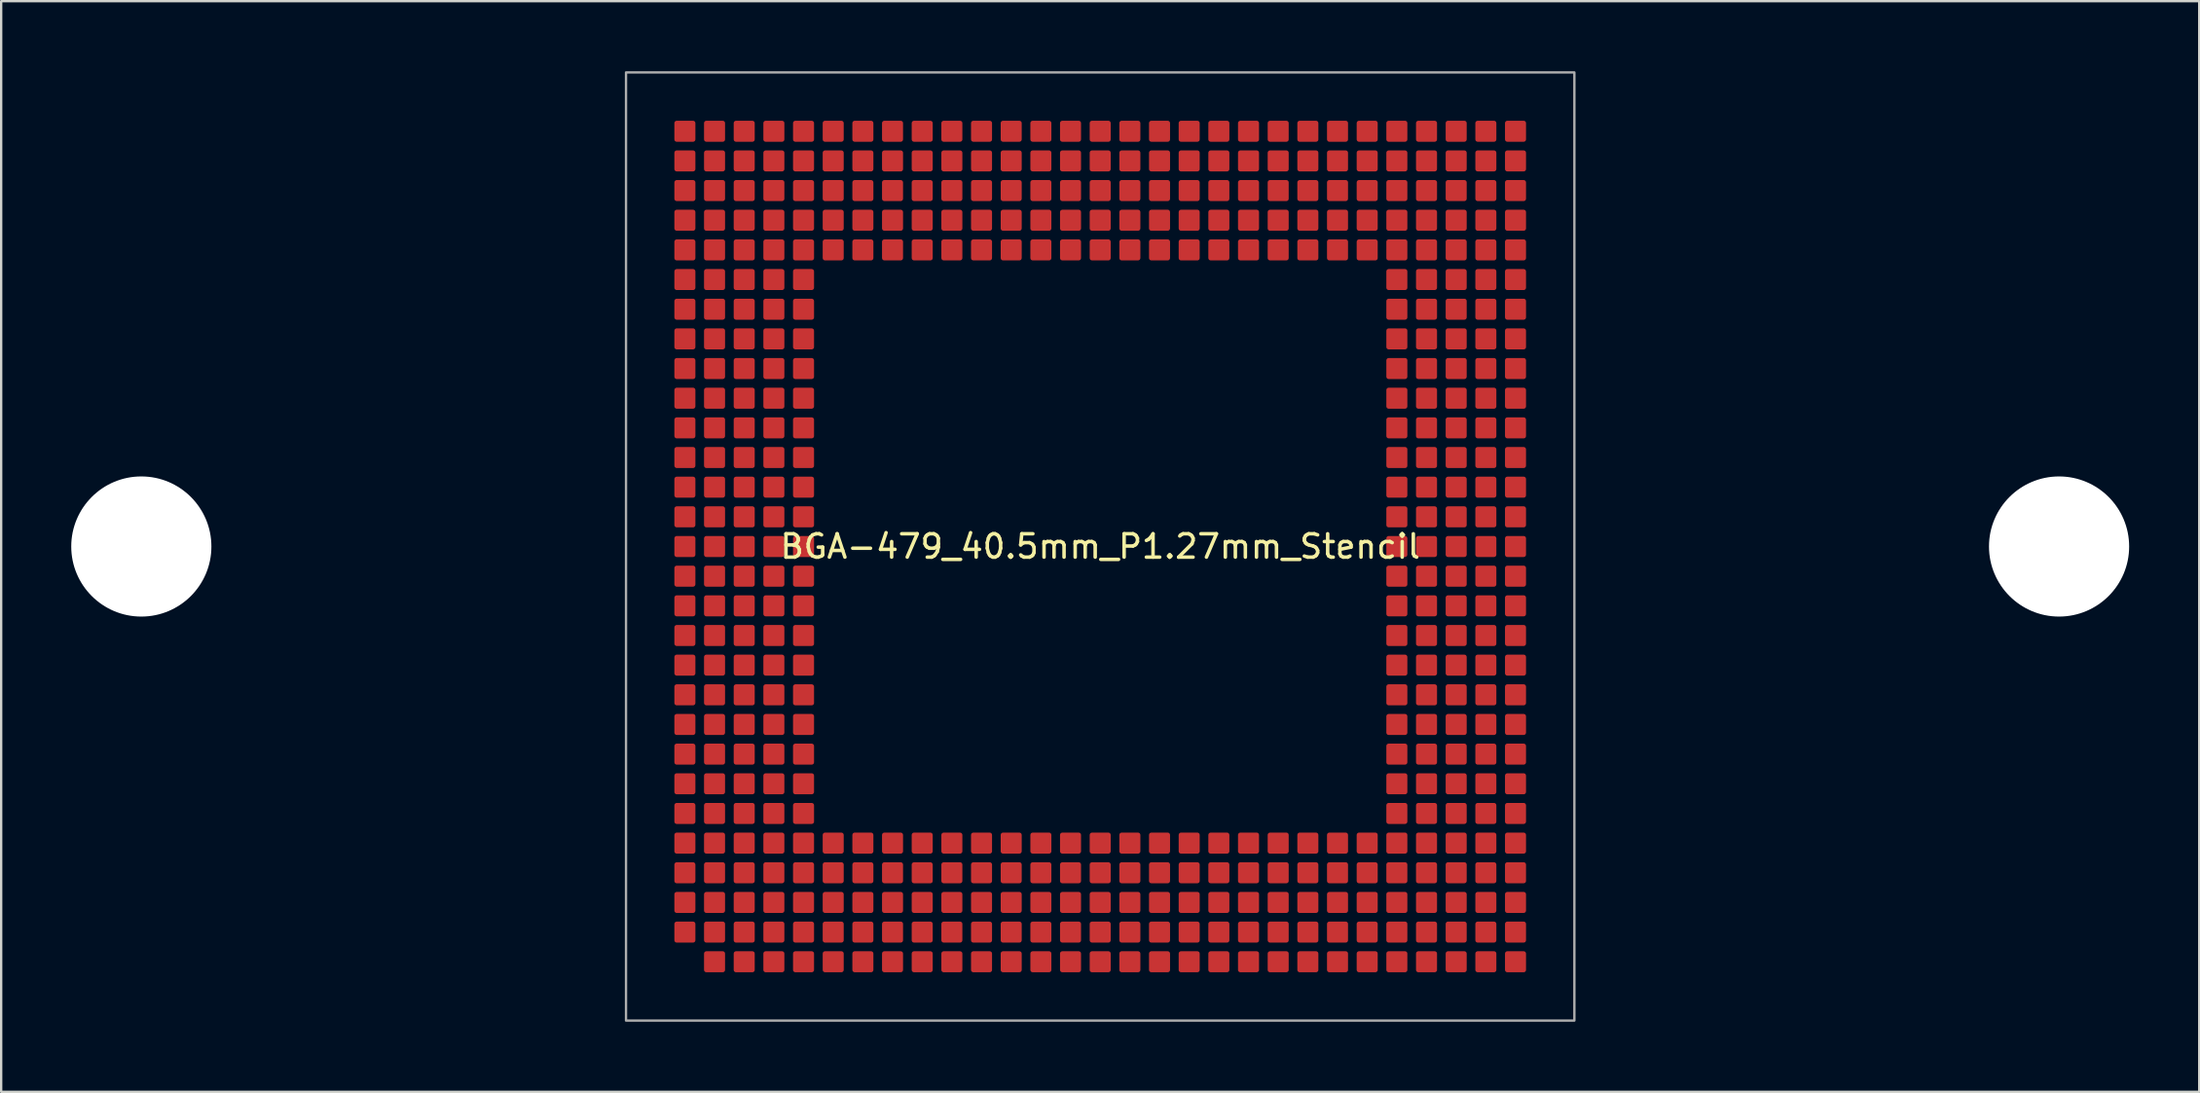
<source format=kicad_pcb>
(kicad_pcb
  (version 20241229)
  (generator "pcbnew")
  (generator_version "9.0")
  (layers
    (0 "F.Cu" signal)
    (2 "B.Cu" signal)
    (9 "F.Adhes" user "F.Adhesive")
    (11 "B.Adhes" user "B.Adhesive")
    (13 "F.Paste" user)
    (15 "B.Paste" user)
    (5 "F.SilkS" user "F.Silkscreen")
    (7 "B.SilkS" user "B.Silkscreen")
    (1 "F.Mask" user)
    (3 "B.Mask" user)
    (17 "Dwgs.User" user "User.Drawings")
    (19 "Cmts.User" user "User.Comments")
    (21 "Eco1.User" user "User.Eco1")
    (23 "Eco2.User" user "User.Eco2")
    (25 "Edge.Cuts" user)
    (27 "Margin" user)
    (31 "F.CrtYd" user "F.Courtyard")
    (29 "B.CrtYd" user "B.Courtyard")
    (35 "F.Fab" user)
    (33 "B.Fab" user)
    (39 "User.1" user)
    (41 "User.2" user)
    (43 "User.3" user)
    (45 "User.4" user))
  (footprint "BGA-479_40.5mm_P1.27mm_Stencil"
    (layer "F.Cu")
    (at 44.05 20.35)
    (property "Reference" "BGA-479_40.5mm_P1.27mm_Stencil" (at 0 0 0) (unlocked yes) (layer "F.SilkS") (effects (font (size 1 1) (thickness 0.15))))
    (attr smd)
    (fp_rect (start -20.3 -20.3) (end 20.3 20.3) (stroke (width 0.1) (type default)) (fill no) (layer "F.Fab"))
    (pad "" np_thru_hole circle (at -41.05 0) (size 6 6) (drill 6) (layers "*.Cu" "F.Mask" "F.Paste"))
    (pad "" np_thru_hole circle (at 41.05 0) (size 6 6) (drill 6) (layers "*.Cu" "F.Mask" "F.Paste"))
    (pad "A2" smd roundrect (at -16.51 17.78) (size 0.9 0.9) (layers "F.Cu" "F.Mask" "F.Paste") (roundrect_rratio 0.111))
    (pad "A3" smd roundrect (at -15.24 17.78) (size 0.9 0.9) (layers "F.Cu" "F.Mask" "F.Paste") (roundrect_rratio 0.111))
    (pad "A4" smd roundrect (at -13.97 17.78) (size 0.9 0.9) (layers "F.Cu" "F.Mask" "F.Paste") (roundrect_rratio 0.111))
    (pad "A5" smd roundrect (at -12.7 17.78) (size 0.9 0.9) (layers "F.Cu" "F.Mask" "F.Paste") (roundrect_rratio 0.111))
    (pad "A6" smd roundrect (at -11.43 17.78) (size 0.9 0.9) (layers "F.Cu" "F.Mask" "F.Paste") (roundrect_rratio 0.111))
    (pad "A7" smd roundrect (at -10.16 17.78) (size 0.9 0.9) (layers "F.Cu" "F.Mask" "F.Paste") (roundrect_rratio 0.111))
    (pad "A8" smd roundrect (at -8.89 17.78) (size 0.9 0.9) (layers "F.Cu" "F.Mask" "F.Paste") (roundrect_rratio 0.111))
    (pad "A9" smd roundrect (at -7.62 17.78) (size 0.9 0.9) (layers "F.Cu" "F.Mask" "F.Paste") (roundrect_rratio 0.111))
    (pad "A10" smd roundrect (at -6.35 17.78) (size 0.9 0.9) (layers "F.Cu" "F.Mask" "F.Paste") (roundrect_rratio 0.111))
    (pad "A11" smd roundrect (at -5.08 17.78) (size 0.9 0.9) (layers "F.Cu" "F.Mask" "F.Paste") (roundrect_rratio 0.111))
    (pad "A12" smd roundrect (at -3.81 17.78) (size 0.9 0.9) (layers "F.Cu" "F.Mask" "F.Paste") (roundrect_rratio 0.111))
    (pad "A13" smd roundrect (at -2.54 17.78) (size 0.9 0.9) (layers "F.Cu" "F.Mask" "F.Paste") (roundrect_rratio 0.111))
    (pad "A14" smd roundrect (at -1.27 17.78) (size 0.9 0.9) (layers "F.Cu" "F.Mask" "F.Paste") (roundrect_rratio 0.111))
    (pad "A15" smd roundrect (at 0 17.78) (size 0.9 0.9) (layers "F.Cu" "F.Mask" "F.Paste") (roundrect_rratio 0.111))
    (pad "A16" smd roundrect (at 1.27 17.78) (size 0.9 0.9) (layers "F.Cu" "F.Mask" "F.Paste") (roundrect_rratio 0.111))
    (pad "A17" smd roundrect (at 2.54 17.78) (size 0.9 0.9) (layers "F.Cu" "F.Mask" "F.Paste") (roundrect_rratio 0.111))
    (pad "A18" smd roundrect (at 3.81 17.78) (size 0.9 0.9) (layers "F.Cu" "F.Mask" "F.Paste") (roundrect_rratio 0.111))
    (pad "A19" smd roundrect (at 5.08 17.78) (size 0.9 0.9) (layers "F.Cu" "F.Mask" "F.Paste") (roundrect_rratio 0.111))
    (pad "A20" smd roundrect (at 6.35 17.78) (size 0.9 0.9) (layers "F.Cu" "F.Mask" "F.Paste") (roundrect_rratio 0.111))
    (pad "A21" smd roundrect (at 7.62 17.78) (size 0.9 0.9) (layers "F.Cu" "F.Mask" "F.Paste") (roundrect_rratio 0.111))
    (pad "A22" smd roundrect (at 8.89 17.78) (size 0.9 0.9) (layers "F.Cu" "F.Mask" "F.Paste") (roundrect_rratio 0.111))
    (pad "A23" smd roundrect (at 10.16 17.78) (size 0.9 0.9) (layers "F.Cu" "F.Mask" "F.Paste") (roundrect_rratio 0.111))
    (pad "A24" smd roundrect (at 11.43 17.78) (size 0.9 0.9) (layers "F.Cu" "F.Mask" "F.Paste") (roundrect_rratio 0.111))
    (pad "A25" smd roundrect (at 12.7 17.78) (size 0.9 0.9) (layers "F.Cu" "F.Mask" "F.Paste") (roundrect_rratio 0.111))
    (pad "A26" smd roundrect (at 13.97 17.78) (size 0.9 0.9) (layers "F.Cu" "F.Mask" "F.Paste") (roundrect_rratio 0.111))
    (pad "A27" smd roundrect (at 15.24 17.78) (size 0.9 0.9) (layers "F.Cu" "F.Mask" "F.Paste") (roundrect_rratio 0.111))
    (pad "A28" smd roundrect (at 16.51 17.78) (size 0.9 0.9) (layers "F.Cu" "F.Mask" "F.Paste") (roundrect_rratio 0.111))
    (pad "A29" smd roundrect (at 17.78 17.78) (size 0.9 0.9) (layers "F.Cu" "F.Mask" "F.Paste") (roundrect_rratio 0.111))
    (pad "AA1" smd roundrect (at -17.78 -15.24) (size 0.9 0.9) (layers "F.Cu" "F.Mask" "F.Paste") (roundrect_rratio 0.111))
    (pad "AA2" smd roundrect (at -16.51 -15.24) (size 0.9 0.9) (layers "F.Cu" "F.Mask" "F.Paste") (roundrect_rratio 0.111))
    (pad "AA3" smd roundrect (at -15.24 -15.24) (size 0.9 0.9) (layers "F.Cu" "F.Mask" "F.Paste") (roundrect_rratio 0.111))
    (pad "AA4" smd roundrect (at -13.97 -15.24) (size 0.9 0.9) (layers "F.Cu" "F.Mask" "F.Paste") (roundrect_rratio 0.111))
    (pad "AA5" smd roundrect (at -12.7 -15.24) (size 0.9 0.9) (layers "F.Cu" "F.Mask" "F.Paste") (roundrect_rratio 0.111))
    (pad "AA6" smd roundrect (at -11.43 -15.24) (size 0.9 0.9) (layers "F.Cu" "F.Mask" "F.Paste") (roundrect_rratio 0.111))
    (pad "AA7" smd roundrect (at -10.16 -15.24) (size 0.9 0.9) (layers "F.Cu" "F.Mask" "F.Paste") (roundrect_rratio 0.111))
    (pad "AA8" smd roundrect (at -8.89 -15.24) (size 0.9 0.9) (layers "F.Cu" "F.Mask" "F.Paste") (roundrect_rratio 0.111))
    (pad "AA9" smd roundrect (at -7.62 -15.24) (size 0.9 0.9) (layers "F.Cu" "F.Mask" "F.Paste") (roundrect_rratio 0.111))
    (pad "AA10" smd roundrect (at -6.35 -15.24) (size 0.9 0.9) (layers "F.Cu" "F.Mask" "F.Paste") (roundrect_rratio 0.111))
    (pad "AA11" smd roundrect (at -5.08 -15.24) (size 0.9 0.9) (layers "F.Cu" "F.Mask" "F.Paste") (roundrect_rratio 0.111))
    (pad "AA12" smd roundrect (at -3.81 -15.24) (size 0.9 0.9) (layers "F.Cu" "F.Mask" "F.Paste") (roundrect_rratio 0.111))
    (pad "AA13" smd roundrect (at -2.54 -15.24) (size 0.9 0.9) (layers "F.Cu" "F.Mask" "F.Paste") (roundrect_rratio 0.111))
    (pad "AA14" smd roundrect (at -1.27 -15.24) (size 0.9 0.9) (layers "F.Cu" "F.Mask" "F.Paste") (roundrect_rratio 0.111))
    (pad "AA15" smd roundrect (at 0 -15.24) (size 0.9 0.9) (layers "F.Cu" "F.Mask" "F.Paste") (roundrect_rratio 0.111))
    (pad "AA16" smd roundrect (at 1.27 -15.24) (size 0.9 0.9) (layers "F.Cu" "F.Mask" "F.Paste") (roundrect_rratio 0.111))
    (pad "AA17" smd roundrect (at 2.54 -15.24) (size 0.9 0.9) (layers "F.Cu" "F.Mask" "F.Paste") (roundrect_rratio 0.111))
    (pad "AA18" smd roundrect (at 3.81 -15.24) (size 0.9 0.9) (layers "F.Cu" "F.Mask" "F.Paste") (roundrect_rratio 0.111))
    (pad "AA19" smd roundrect (at 5.08 -15.24) (size 0.9 0.9) (layers "F.Cu" "F.Mask" "F.Paste") (roundrect_rratio 0.111))
    (pad "AA20" smd roundrect (at 6.35 -15.24) (size 0.9 0.9) (layers "F.Cu" "F.Mask" "F.Paste") (roundrect_rratio 0.111))
    (pad "AA21" smd roundrect (at 7.62 -15.24) (size 0.9 0.9) (layers "F.Cu" "F.Mask" "F.Paste") (roundrect_rratio 0.111))
    (pad "AA22" smd roundrect (at 8.89 -15.24) (size 0.9 0.9) (layers "F.Cu" "F.Mask" "F.Paste") (roundrect_rratio 0.111))
    (pad "AA23" smd roundrect (at 10.16 -15.24) (size 0.9 0.9) (layers "F.Cu" "F.Mask" "F.Paste") (roundrect_rratio 0.111))
    (pad "AA24" smd roundrect (at 11.43 -15.24) (size 0.9 0.9) (layers "F.Cu" "F.Mask" "F.Paste") (roundrect_rratio 0.111))
    (pad "AA25" smd roundrect (at 12.7 -15.24) (size 0.9 0.9) (layers "F.Cu" "F.Mask" "F.Paste") (roundrect_rratio 0.111))
    (pad "AA26" smd roundrect (at 13.97 -15.24) (size 0.9 0.9) (layers "F.Cu" "F.Mask" "F.Paste") (roundrect_rratio 0.111))
    (pad "AA27" smd roundrect (at 15.24 -15.24) (size 0.9 0.9) (layers "F.Cu" "F.Mask" "F.Paste") (roundrect_rratio 0.111))
    (pad "AA28" smd roundrect (at 16.51 -15.24) (size 0.9 0.9) (layers "F.Cu" "F.Mask" "F.Paste") (roundrect_rratio 0.111))
    (pad "AA29" smd roundrect (at 17.78 -15.24) (size 0.9 0.9) (layers "F.Cu" "F.Mask" "F.Paste") (roundrect_rratio 0.111))
    (pad "AB1" smd roundrect (at -17.78 -16.51) (size 0.9 0.9) (layers "F.Cu" "F.Mask" "F.Paste") (roundrect_rratio 0.111))
    (pad "AB2" smd roundrect (at -16.51 -16.51) (size 0.9 0.9) (layers "F.Cu" "F.Mask" "F.Paste") (roundrect_rratio 0.111))
    (pad "AB3" smd roundrect (at -15.24 -16.51) (size 0.9 0.9) (layers "F.Cu" "F.Mask" "F.Paste") (roundrect_rratio 0.111))
    (pad "AB4" smd roundrect (at -13.97 -16.51) (size 0.9 0.9) (layers "F.Cu" "F.Mask" "F.Paste") (roundrect_rratio 0.111))
    (pad "AB5" smd roundrect (at -12.7 -16.51) (size 0.9 0.9) (layers "F.Cu" "F.Mask" "F.Paste") (roundrect_rratio 0.111))
    (pad "AB6" smd roundrect (at -11.43 -16.51) (size 0.9 0.9) (layers "F.Cu" "F.Mask" "F.Paste") (roundrect_rratio 0.111))
    (pad "AB7" smd roundrect (at -10.16 -16.51) (size 0.9 0.9) (layers "F.Cu" "F.Mask" "F.Paste") (roundrect_rratio 0.111))
    (pad "AB8" smd roundrect (at -8.89 -16.51) (size 0.9 0.9) (layers "F.Cu" "F.Mask" "F.Paste") (roundrect_rratio 0.111))
    (pad "AB9" smd roundrect (at -7.62 -16.51) (size 0.9 0.9) (layers "F.Cu" "F.Mask" "F.Paste") (roundrect_rratio 0.111))
    (pad "AB10" smd roundrect (at -6.35 -16.51) (size 0.9 0.9) (layers "F.Cu" "F.Mask" "F.Paste") (roundrect_rratio 0.111))
    (pad "AB11" smd roundrect (at -5.08 -16.51) (size 0.9 0.9) (layers "F.Cu" "F.Mask" "F.Paste") (roundrect_rratio 0.111))
    (pad "AB12" smd roundrect (at -3.81 -16.51) (size 0.9 0.9) (layers "F.Cu" "F.Mask" "F.Paste") (roundrect_rratio 0.111))
    (pad "AB13" smd roundrect (at -2.54 -16.51) (size 0.9 0.9) (layers "F.Cu" "F.Mask" "F.Paste") (roundrect_rratio 0.111))
    (pad "AB14" smd roundrect (at -1.27 -16.51) (size 0.9 0.9) (layers "F.Cu" "F.Mask" "F.Paste") (roundrect_rratio 0.111))
    (pad "AB15" smd roundrect (at 0 -16.51) (size 0.9 0.9) (layers "F.Cu" "F.Mask" "F.Paste") (roundrect_rratio 0.111))
    (pad "AB16" smd roundrect (at 1.27 -16.51) (size 0.9 0.9) (layers "F.Cu" "F.Mask" "F.Paste") (roundrect_rratio 0.111))
    (pad "AB17" smd roundrect (at 2.54 -16.51) (size 0.9 0.9) (layers "F.Cu" "F.Mask" "F.Paste") (roundrect_rratio 0.111))
    (pad "AB18" smd roundrect (at 3.81 -16.51) (size 0.9 0.9) (layers "F.Cu" "F.Mask" "F.Paste") (roundrect_rratio 0.111))
    (pad "AB19" smd roundrect (at 5.08 -16.51) (size 0.9 0.9) (layers "F.Cu" "F.Mask" "F.Paste") (roundrect_rratio 0.111))
    (pad "AB20" smd roundrect (at 6.35 -16.51) (size 0.9 0.9) (layers "F.Cu" "F.Mask" "F.Paste") (roundrect_rratio 0.111))
    (pad "AB21" smd roundrect (at 7.62 -16.51) (size 0.9 0.9) (layers "F.Cu" "F.Mask" "F.Paste") (roundrect_rratio 0.111))
    (pad "AB22" smd roundrect (at 8.89 -16.51) (size 0.9 0.9) (layers "F.Cu" "F.Mask" "F.Paste") (roundrect_rratio 0.111))
    (pad "AB23" smd roundrect (at 10.16 -16.51) (size 0.9 0.9) (layers "F.Cu" "F.Mask" "F.Paste") (roundrect_rratio 0.111))
    (pad "AB24" smd roundrect (at 11.43 -16.51) (size 0.9 0.9) (layers "F.Cu" "F.Mask" "F.Paste") (roundrect_rratio 0.111))
    (pad "AB25" smd roundrect (at 12.7 -16.51) (size 0.9 0.9) (layers "F.Cu" "F.Mask" "F.Paste") (roundrect_rratio 0.111))
    (pad "AB26" smd roundrect (at 13.97 -16.51) (size 0.9 0.9) (layers "F.Cu" "F.Mask" "F.Paste") (roundrect_rratio 0.111))
    (pad "AB27" smd roundrect (at 15.24 -16.51) (size 0.9 0.9) (layers "F.Cu" "F.Mask" "F.Paste") (roundrect_rratio 0.111))
    (pad "AB28" smd roundrect (at 16.51 -16.51) (size 0.9 0.9) (layers "F.Cu" "F.Mask" "F.Paste") (roundrect_rratio 0.111))
    (pad "AB29" smd roundrect (at 17.78 -16.51) (size 0.9 0.9) (layers "F.Cu" "F.Mask" "F.Paste") (roundrect_rratio 0.111))
    (pad "AC1" smd roundrect (at -17.78 -17.78) (size 0.9 0.9) (layers "F.Cu" "F.Mask" "F.Paste") (roundrect_rratio 0.111))
    (pad "AC2" smd roundrect (at -16.51 -17.78) (size 0.9 0.9) (layers "F.Cu" "F.Mask" "F.Paste") (roundrect_rratio 0.111))
    (pad "AC3" smd roundrect (at -15.24 -17.78) (size 0.9 0.9) (layers "F.Cu" "F.Mask" "F.Paste") (roundrect_rratio 0.111))
    (pad "AC4" smd roundrect (at -13.97 -17.78) (size 0.9 0.9) (layers "F.Cu" "F.Mask" "F.Paste") (roundrect_rratio 0.111))
    (pad "AC5" smd roundrect (at -12.7 -17.78) (size 0.9 0.9) (layers "F.Cu" "F.Mask" "F.Paste") (roundrect_rratio 0.111))
    (pad "AC6" smd roundrect (at -11.43 -17.78) (size 0.9 0.9) (layers "F.Cu" "F.Mask" "F.Paste") (roundrect_rratio 0.111))
    (pad "AC7" smd roundrect (at -10.16 -17.78) (size 0.9 0.9) (layers "F.Cu" "F.Mask" "F.Paste") (roundrect_rratio 0.111))
    (pad "AC8" smd roundrect (at -8.89 -17.78) (size 0.9 0.9) (layers "F.Cu" "F.Mask" "F.Paste") (roundrect_rratio 0.111))
    (pad "AC9" smd roundrect (at -7.62 -17.78) (size 0.9 0.9) (layers "F.Cu" "F.Mask" "F.Paste") (roundrect_rratio 0.111))
    (pad "AC10" smd roundrect (at -6.35 -17.78) (size 0.9 0.9) (layers "F.Cu" "F.Mask" "F.Paste") (roundrect_rratio 0.111))
    (pad "AC11" smd roundrect (at -5.08 -17.78) (size 0.9 0.9) (layers "F.Cu" "F.Mask" "F.Paste") (roundrect_rratio 0.111))
    (pad "AC12" smd roundrect (at -3.81 -17.78) (size 0.9 0.9) (layers "F.Cu" "F.Mask" "F.Paste") (roundrect_rratio 0.111))
    (pad "AC13" smd roundrect (at -2.54 -17.78) (size 0.9 0.9) (layers "F.Cu" "F.Mask" "F.Paste") (roundrect_rratio 0.111))
    (pad "AC14" smd roundrect (at -1.27 -17.78) (size 0.9 0.9) (layers "F.Cu" "F.Mask" "F.Paste") (roundrect_rratio 0.111))
    (pad "AC15" smd roundrect (at 0 -17.78) (size 0.9 0.9) (layers "F.Cu" "F.Mask" "F.Paste") (roundrect_rratio 0.111))
    (pad "AC16" smd roundrect (at 1.27 -17.78) (size 0.9 0.9) (layers "F.Cu" "F.Mask" "F.Paste") (roundrect_rratio 0.111))
    (pad "AC17" smd roundrect (at 2.54 -17.78) (size 0.9 0.9) (layers "F.Cu" "F.Mask" "F.Paste") (roundrect_rratio 0.111))
    (pad "AC18" smd roundrect (at 3.81 -17.78) (size 0.9 0.9) (layers "F.Cu" "F.Mask" "F.Paste") (roundrect_rratio 0.111))
    (pad "AC19" smd roundrect (at 5.08 -17.78) (size 0.9 0.9) (layers "F.Cu" "F.Mask" "F.Paste") (roundrect_rratio 0.111))
    (pad "AC20" smd roundrect (at 6.35 -17.78) (size 0.9 0.9) (layers "F.Cu" "F.Mask" "F.Paste") (roundrect_rratio 0.111))
    (pad "AC21" smd roundrect (at 7.62 -17.78) (size 0.9 0.9) (layers "F.Cu" "F.Mask" "F.Paste") (roundrect_rratio 0.111))
    (pad "AC22" smd roundrect (at 8.89 -17.78) (size 0.9 0.9) (layers "F.Cu" "F.Mask" "F.Paste") (roundrect_rratio 0.111))
    (pad "AC23" smd roundrect (at 10.16 -17.78) (size 0.9 0.9) (layers "F.Cu" "F.Mask" "F.Paste") (roundrect_rratio 0.111))
    (pad "AC24" smd roundrect (at 11.43 -17.78) (size 0.9 0.9) (layers "F.Cu" "F.Mask" "F.Paste") (roundrect_rratio 0.111))
    (pad "AC25" smd roundrect (at 12.7 -17.78) (size 0.9 0.9) (layers "F.Cu" "F.Mask" "F.Paste") (roundrect_rratio 0.111))
    (pad "AC26" smd roundrect (at 13.97 -17.78) (size 0.9 0.9) (layers "F.Cu" "F.Mask" "F.Paste") (roundrect_rratio 0.111))
    (pad "AC27" smd roundrect (at 15.24 -17.78) (size 0.9 0.9) (layers "F.Cu" "F.Mask" "F.Paste") (roundrect_rratio 0.111))
    (pad "AC28" smd roundrect (at 16.51 -17.78) (size 0.9 0.9) (layers "F.Cu" "F.Mask" "F.Paste") (roundrect_rratio 0.111))
    (pad "AC29" smd roundrect (at 17.78 -17.78) (size 0.9 0.9) (layers "F.Cu" "F.Mask" "F.Paste") (roundrect_rratio 0.111))
    (pad "B1" smd roundrect (at -17.78 16.51) (size 0.9 0.9) (layers "F.Cu" "F.Mask" "F.Paste") (roundrect_rratio 0.111))
    (pad "B2" smd roundrect (at -16.51 16.51) (size 0.9 0.9) (layers "F.Cu" "F.Mask" "F.Paste") (roundrect_rratio 0.111))
    (pad "B3" smd roundrect (at -15.24 16.51) (size 0.9 0.9) (layers "F.Cu" "F.Mask" "F.Paste") (roundrect_rratio 0.111))
    (pad "B4" smd roundrect (at -13.97 16.51) (size 0.9 0.9) (layers "F.Cu" "F.Mask" "F.Paste") (roundrect_rratio 0.111))
    (pad "B5" smd roundrect (at -12.7 16.51) (size 0.9 0.9) (layers "F.Cu" "F.Mask" "F.Paste") (roundrect_rratio 0.111))
    (pad "B6" smd roundrect (at -11.43 16.51) (size 0.9 0.9) (layers "F.Cu" "F.Mask" "F.Paste") (roundrect_rratio 0.111))
    (pad "B7" smd roundrect (at -10.16 16.51) (size 0.9 0.9) (layers "F.Cu" "F.Mask" "F.Paste") (roundrect_rratio 0.111))
    (pad "B8" smd roundrect (at -8.89 16.51) (size 0.9 0.9) (layers "F.Cu" "F.Mask" "F.Paste") (roundrect_rratio 0.111))
    (pad "B9" smd roundrect (at -7.62 16.51) (size 0.9 0.9) (layers "F.Cu" "F.Mask" "F.Paste") (roundrect_rratio 0.111))
    (pad "B10" smd roundrect (at -6.35 16.51) (size 0.9 0.9) (layers "F.Cu" "F.Mask" "F.Paste") (roundrect_rratio 0.111))
    (pad "B11" smd roundrect (at -5.08 16.51) (size 0.9 0.9) (layers "F.Cu" "F.Mask" "F.Paste") (roundrect_rratio 0.111))
    (pad "B12" smd roundrect (at -3.81 16.51) (size 0.9 0.9) (layers "F.Cu" "F.Mask" "F.Paste") (roundrect_rratio 0.111))
    (pad "B13" smd roundrect (at -2.54 16.51) (size 0.9 0.9) (layers "F.Cu" "F.Mask" "F.Paste") (roundrect_rratio 0.111))
    (pad "B14" smd roundrect (at -1.27 16.51) (size 0.9 0.9) (layers "F.Cu" "F.Mask" "F.Paste") (roundrect_rratio 0.111))
    (pad "B15" smd roundrect (at 0 16.51) (size 0.9 0.9) (layers "F.Cu" "F.Mask" "F.Paste") (roundrect_rratio 0.111))
    (pad "B16" smd roundrect (at 1.27 16.51) (size 0.9 0.9) (layers "F.Cu" "F.Mask" "F.Paste") (roundrect_rratio 0.111))
    (pad "B17" smd roundrect (at 2.54 16.51) (size 0.9 0.9) (layers "F.Cu" "F.Mask" "F.Paste") (roundrect_rratio 0.111))
    (pad "B18" smd roundrect (at 3.81 16.51) (size 0.9 0.9) (layers "F.Cu" "F.Mask" "F.Paste") (roundrect_rratio 0.111))
    (pad "B19" smd roundrect (at 5.08 16.51) (size 0.9 0.9) (layers "F.Cu" "F.Mask" "F.Paste") (roundrect_rratio 0.111))
    (pad "B20" smd roundrect (at 6.35 16.51) (size 0.9 0.9) (layers "F.Cu" "F.Mask" "F.Paste") (roundrect_rratio 0.111))
    (pad "B21" smd roundrect (at 7.62 16.51) (size 0.9 0.9) (layers "F.Cu" "F.Mask" "F.Paste") (roundrect_rratio 0.111))
    (pad "B22" smd roundrect (at 8.89 16.51) (size 0.9 0.9) (layers "F.Cu" "F.Mask" "F.Paste") (roundrect_rratio 0.111))
    (pad "B23" smd roundrect (at 10.16 16.51) (size 0.9 0.9) (layers "F.Cu" "F.Mask" "F.Paste") (roundrect_rratio 0.111))
    (pad "B24" smd roundrect (at 11.43 16.51) (size 0.9 0.9) (layers "F.Cu" "F.Mask" "F.Paste") (roundrect_rratio 0.111))
    (pad "B25" smd roundrect (at 12.7 16.51) (size 0.9 0.9) (layers "F.Cu" "F.Mask" "F.Paste") (roundrect_rratio 0.111))
    (pad "B26" smd roundrect (at 13.97 16.51) (size 0.9 0.9) (layers "F.Cu" "F.Mask" "F.Paste") (roundrect_rratio 0.111))
    (pad "B27" smd roundrect (at 15.24 16.51) (size 0.9 0.9) (layers "F.Cu" "F.Mask" "F.Paste") (roundrect_rratio 0.111))
    (pad "B28" smd roundrect (at 16.51 16.51) (size 0.9 0.9) (layers "F.Cu" "F.Mask" "F.Paste") (roundrect_rratio 0.111))
    (pad "B29" smd roundrect (at 17.78 16.51) (size 0.9 0.9) (layers "F.Cu" "F.Mask" "F.Paste") (roundrect_rratio 0.111))
    (pad "C1" smd roundrect (at -17.78 15.24) (size 0.9 0.9) (layers "F.Cu" "F.Mask" "F.Paste") (roundrect_rratio 0.111))
    (pad "C2" smd roundrect (at -16.51 15.24) (size 0.9 0.9) (layers "F.Cu" "F.Mask" "F.Paste") (roundrect_rratio 0.111))
    (pad "C3" smd roundrect (at -15.24 15.24) (size 0.9 0.9) (layers "F.Cu" "F.Mask" "F.Paste") (roundrect_rratio 0.111))
    (pad "C4" smd roundrect (at -13.97 15.24) (size 0.9 0.9) (layers "F.Cu" "F.Mask" "F.Paste") (roundrect_rratio 0.111))
    (pad "C5" smd roundrect (at -12.7 15.24) (size 0.9 0.9) (layers "F.Cu" "F.Mask" "F.Paste") (roundrect_rratio 0.111))
    (pad "C6" smd roundrect (at -11.43 15.24) (size 0.9 0.9) (layers "F.Cu" "F.Mask" "F.Paste") (roundrect_rratio 0.111))
    (pad "C7" smd roundrect (at -10.16 15.24) (size 0.9 0.9) (layers "F.Cu" "F.Mask" "F.Paste") (roundrect_rratio 0.111))
    (pad "C8" smd roundrect (at -8.89 15.24) (size 0.9 0.9) (layers "F.Cu" "F.Mask" "F.Paste") (roundrect_rratio 0.111))
    (pad "C9" smd roundrect (at -7.62 15.24) (size 0.9 0.9) (layers "F.Cu" "F.Mask" "F.Paste") (roundrect_rratio 0.111))
    (pad "C10" smd roundrect (at -6.35 15.24) (size 0.9 0.9) (layers "F.Cu" "F.Mask" "F.Paste") (roundrect_rratio 0.111))
    (pad "C11" smd roundrect (at -5.08 15.24) (size 0.9 0.9) (layers "F.Cu" "F.Mask" "F.Paste") (roundrect_rratio 0.111))
    (pad "C12" smd roundrect (at -3.81 15.24) (size 0.9 0.9) (layers "F.Cu" "F.Mask" "F.Paste") (roundrect_rratio 0.111))
    (pad "C13" smd roundrect (at -2.54 15.24) (size 0.9 0.9) (layers "F.Cu" "F.Mask" "F.Paste") (roundrect_rratio 0.111))
    (pad "C14" smd roundrect (at -1.27 15.24) (size 0.9 0.9) (layers "F.Cu" "F.Mask" "F.Paste") (roundrect_rratio 0.111))
    (pad "C15" smd roundrect (at 0 15.24) (size 0.9 0.9) (layers "F.Cu" "F.Mask" "F.Paste") (roundrect_rratio 0.111))
    (pad "C16" smd roundrect (at 1.27 15.24) (size 0.9 0.9) (layers "F.Cu" "F.Mask" "F.Paste") (roundrect_rratio 0.111))
    (pad "C17" smd roundrect (at 2.54 15.24) (size 0.9 0.9) (layers "F.Cu" "F.Mask" "F.Paste") (roundrect_rratio 0.111))
    (pad "C18" smd roundrect (at 3.81 15.24) (size 0.9 0.9) (layers "F.Cu" "F.Mask" "F.Paste") (roundrect_rratio 0.111))
    (pad "C19" smd roundrect (at 5.08 15.24) (size 0.9 0.9) (layers "F.Cu" "F.Mask" "F.Paste") (roundrect_rratio 0.111))
    (pad "C20" smd roundrect (at 6.35 15.24) (size 0.9 0.9) (layers "F.Cu" "F.Mask" "F.Paste") (roundrect_rratio 0.111))
    (pad "C21" smd roundrect (at 7.62 15.24) (size 0.9 0.9) (layers "F.Cu" "F.Mask" "F.Paste") (roundrect_rratio 0.111))
    (pad "C22" smd roundrect (at 8.89 15.24) (size 0.9 0.9) (layers "F.Cu" "F.Mask" "F.Paste") (roundrect_rratio 0.111))
    (pad "C23" smd roundrect (at 10.16 15.24) (size 0.9 0.9) (layers "F.Cu" "F.Mask" "F.Paste") (roundrect_rratio 0.111))
    (pad "C24" smd roundrect (at 11.43 15.24) (size 0.9 0.9) (layers "F.Cu" "F.Mask" "F.Paste") (roundrect_rratio 0.111))
    (pad "C25" smd roundrect (at 12.7 15.24) (size 0.9 0.9) (layers "F.Cu" "F.Mask" "F.Paste") (roundrect_rratio 0.111))
    (pad "C26" smd roundrect (at 13.97 15.24) (size 0.9 0.9) (layers "F.Cu" "F.Mask" "F.Paste") (roundrect_rratio 0.111))
    (pad "C27" smd roundrect (at 15.24 15.24) (size 0.9 0.9) (layers "F.Cu" "F.Mask" "F.Paste") (roundrect_rratio 0.111))
    (pad "C28" smd roundrect (at 16.51 15.24) (size 0.9 0.9) (layers "F.Cu" "F.Mask" "F.Paste") (roundrect_rratio 0.111))
    (pad "C29" smd roundrect (at 17.78 15.24) (size 0.9 0.9) (layers "F.Cu" "F.Mask" "F.Paste") (roundrect_rratio 0.111))
    (pad "D1" smd roundrect (at -17.78 13.97) (size 0.9 0.9) (layers "F.Cu" "F.Mask" "F.Paste") (roundrect_rratio 0.111))
    (pad "D2" smd roundrect (at -16.51 13.97) (size 0.9 0.9) (layers "F.Cu" "F.Mask" "F.Paste") (roundrect_rratio 0.111))
    (pad "D3" smd roundrect (at -15.24 13.97) (size 0.9 0.9) (layers "F.Cu" "F.Mask" "F.Paste") (roundrect_rratio 0.111))
    (pad "D4" smd roundrect (at -13.97 13.97) (size 0.9 0.9) (layers "F.Cu" "F.Mask" "F.Paste") (roundrect_rratio 0.111))
    (pad "D5" smd roundrect (at -12.7 13.97) (size 0.9 0.9) (layers "F.Cu" "F.Mask" "F.Paste") (roundrect_rratio 0.111))
    (pad "D6" smd roundrect (at -11.43 13.97) (size 0.9 0.9) (layers "F.Cu" "F.Mask" "F.Paste") (roundrect_rratio 0.111))
    (pad "D7" smd roundrect (at -10.16 13.97) (size 0.9 0.9) (layers "F.Cu" "F.Mask" "F.Paste") (roundrect_rratio 0.111))
    (pad "D8" smd roundrect (at -8.89 13.97) (size 0.9 0.9) (layers "F.Cu" "F.Mask" "F.Paste") (roundrect_rratio 0.111))
    (pad "D9" smd roundrect (at -7.62 13.97) (size 0.9 0.9) (layers "F.Cu" "F.Mask" "F.Paste") (roundrect_rratio 0.111))
    (pad "D10" smd roundrect (at -6.35 13.97) (size 0.9 0.9) (layers "F.Cu" "F.Mask" "F.Paste") (roundrect_rratio 0.111))
    (pad "D11" smd roundrect (at -5.08 13.97) (size 0.9 0.9) (layers "F.Cu" "F.Mask" "F.Paste") (roundrect_rratio 0.111))
    (pad "D12" smd roundrect (at -3.81 13.97) (size 0.9 0.9) (layers "F.Cu" "F.Mask" "F.Paste") (roundrect_rratio 0.111))
    (pad "D13" smd roundrect (at -2.54 13.97) (size 0.9 0.9) (layers "F.Cu" "F.Mask" "F.Paste") (roundrect_rratio 0.111))
    (pad "D14" smd roundrect (at -1.27 13.97) (size 0.9 0.9) (layers "F.Cu" "F.Mask" "F.Paste") (roundrect_rratio 0.111))
    (pad "D15" smd roundrect (at 0 13.97) (size 0.9 0.9) (layers "F.Cu" "F.Mask" "F.Paste") (roundrect_rratio 0.111))
    (pad "D16" smd roundrect (at 1.27 13.97) (size 0.9 0.9) (layers "F.Cu" "F.Mask" "F.Paste") (roundrect_rratio 0.111))
    (pad "D17" smd roundrect (at 2.54 13.97) (size 0.9 0.9) (layers "F.Cu" "F.Mask" "F.Paste") (roundrect_rratio 0.111))
    (pad "D18" smd roundrect (at 3.81 13.97) (size 0.9 0.9) (layers "F.Cu" "F.Mask" "F.Paste") (roundrect_rratio 0.111))
    (pad "D19" smd roundrect (at 5.08 13.97) (size 0.9 0.9) (layers "F.Cu" "F.Mask" "F.Paste") (roundrect_rratio 0.111))
    (pad "D20" smd roundrect (at 6.35 13.97) (size 0.9 0.9) (layers "F.Cu" "F.Mask" "F.Paste") (roundrect_rratio 0.111))
    (pad "D21" smd roundrect (at 7.62 13.97) (size 0.9 0.9) (layers "F.Cu" "F.Mask" "F.Paste") (roundrect_rratio 0.111))
    (pad "D22" smd roundrect (at 8.89 13.97) (size 0.9 0.9) (layers "F.Cu" "F.Mask" "F.Paste") (roundrect_rratio 0.111))
    (pad "D23" smd roundrect (at 10.16 13.97) (size 0.9 0.9) (layers "F.Cu" "F.Mask" "F.Paste") (roundrect_rratio 0.111))
    (pad "D24" smd roundrect (at 11.43 13.97) (size 0.9 0.9) (layers "F.Cu" "F.Mask" "F.Paste") (roundrect_rratio 0.111))
    (pad "D25" smd roundrect (at 12.7 13.97) (size 0.9 0.9) (layers "F.Cu" "F.Mask" "F.Paste") (roundrect_rratio 0.111))
    (pad "D26" smd roundrect (at 13.97 13.97) (size 0.9 0.9) (layers "F.Cu" "F.Mask" "F.Paste") (roundrect_rratio 0.111))
    (pad "D27" smd roundrect (at 15.24 13.97) (size 0.9 0.9) (layers "F.Cu" "F.Mask" "F.Paste") (roundrect_rratio 0.111))
    (pad "D28" smd roundrect (at 16.51 13.97) (size 0.9 0.9) (layers "F.Cu" "F.Mask" "F.Paste") (roundrect_rratio 0.111))
    (pad "D29" smd roundrect (at 17.78 13.97) (size 0.9 0.9) (layers "F.Cu" "F.Mask" "F.Paste") (roundrect_rratio 0.111))
    (pad "E1" smd roundrect (at -17.78 12.7) (size 0.9 0.9) (layers "F.Cu" "F.Mask" "F.Paste") (roundrect_rratio 0.111))
    (pad "E2" smd roundrect (at -16.51 12.7) (size 0.9 0.9) (layers "F.Cu" "F.Mask" "F.Paste") (roundrect_rratio 0.111))
    (pad "E3" smd roundrect (at -15.24 12.7) (size 0.9 0.9) (layers "F.Cu" "F.Mask" "F.Paste") (roundrect_rratio 0.111))
    (pad "E4" smd roundrect (at -13.97 12.7) (size 0.9 0.9) (layers "F.Cu" "F.Mask" "F.Paste") (roundrect_rratio 0.111))
    (pad "E5" smd roundrect (at -12.7 12.7) (size 0.9 0.9) (layers "F.Cu" "F.Mask" "F.Paste") (roundrect_rratio 0.111))
    (pad "E6" smd roundrect (at -11.43 12.7) (size 0.9 0.9) (layers "F.Cu" "F.Mask" "F.Paste") (roundrect_rratio 0.111))
    (pad "E7" smd roundrect (at -10.16 12.7) (size 0.9 0.9) (layers "F.Cu" "F.Mask" "F.Paste") (roundrect_rratio 0.111))
    (pad "E8" smd roundrect (at -8.89 12.7) (size 0.9 0.9) (layers "F.Cu" "F.Mask" "F.Paste") (roundrect_rratio 0.111))
    (pad "E9" smd roundrect (at -7.62 12.7) (size 0.9 0.9) (layers "F.Cu" "F.Mask" "F.Paste") (roundrect_rratio 0.111))
    (pad "E10" smd roundrect (at -6.35 12.7) (size 0.9 0.9) (layers "F.Cu" "F.Mask" "F.Paste") (roundrect_rratio 0.111))
    (pad "E11" smd roundrect (at -5.08 12.7) (size 0.9 0.9) (layers "F.Cu" "F.Mask" "F.Paste") (roundrect_rratio 0.111))
    (pad "E12" smd roundrect (at -3.81 12.7) (size 0.9 0.9) (layers "F.Cu" "F.Mask" "F.Paste") (roundrect_rratio 0.111))
    (pad "E13" smd roundrect (at -2.54 12.7) (size 0.9 0.9) (layers "F.Cu" "F.Mask" "F.Paste") (roundrect_rratio 0.111))
    (pad "E14" smd roundrect (at -1.27 12.7) (size 0.9 0.9) (layers "F.Cu" "F.Mask" "F.Paste") (roundrect_rratio 0.111))
    (pad "E15" smd roundrect (at 0 12.7) (size 0.9 0.9) (layers "F.Cu" "F.Mask" "F.Paste") (roundrect_rratio 0.111))
    (pad "E16" smd roundrect (at 1.27 12.7) (size 0.9 0.9) (layers "F.Cu" "F.Mask" "F.Paste") (roundrect_rratio 0.111))
    (pad "E17" smd roundrect (at 2.54 12.7) (size 0.9 0.9) (layers "F.Cu" "F.Mask" "F.Paste") (roundrect_rratio 0.111))
    (pad "E18" smd roundrect (at 3.81 12.7) (size 0.9 0.9) (layers "F.Cu" "F.Mask" "F.Paste") (roundrect_rratio 0.111))
    (pad "E19" smd roundrect (at 5.08 12.7) (size 0.9 0.9) (layers "F.Cu" "F.Mask" "F.Paste") (roundrect_rratio 0.111))
    (pad "E20" smd roundrect (at 6.35 12.7) (size 0.9 0.9) (layers "F.Cu" "F.Mask" "F.Paste") (roundrect_rratio 0.111))
    (pad "E21" smd roundrect (at 7.62 12.7) (size 0.9 0.9) (layers "F.Cu" "F.Mask" "F.Paste") (roundrect_rratio 0.111))
    (pad "E22" smd roundrect (at 8.89 12.7) (size 0.9 0.9) (layers "F.Cu" "F.Mask" "F.Paste") (roundrect_rratio 0.111))
    (pad "E23" smd roundrect (at 10.16 12.7) (size 0.9 0.9) (layers "F.Cu" "F.Mask" "F.Paste") (roundrect_rratio 0.111))
    (pad "E24" smd roundrect (at 11.43 12.7) (size 0.9 0.9) (layers "F.Cu" "F.Mask" "F.Paste") (roundrect_rratio 0.111))
    (pad "E25" smd roundrect (at 12.7 12.7) (size 0.9 0.9) (layers "F.Cu" "F.Mask" "F.Paste") (roundrect_rratio 0.111))
    (pad "E26" smd roundrect (at 13.97 12.7) (size 0.9 0.9) (layers "F.Cu" "F.Mask" "F.Paste") (roundrect_rratio 0.111))
    (pad "E27" smd roundrect (at 15.24 12.7) (size 0.9 0.9) (layers "F.Cu" "F.Mask" "F.Paste") (roundrect_rratio 0.111))
    (pad "E28" smd roundrect (at 16.51 12.7) (size 0.9 0.9) (layers "F.Cu" "F.Mask" "F.Paste") (roundrect_rratio 0.111))
    (pad "E29" smd roundrect (at 17.78 12.7) (size 0.9 0.9) (layers "F.Cu" "F.Mask" "F.Paste") (roundrect_rratio 0.111))
    (pad "F1" smd roundrect (at -17.78 11.43) (size 0.9 0.9) (layers "F.Cu" "F.Mask" "F.Paste") (roundrect_rratio 0.111))
    (pad "F2" smd roundrect (at -16.51 11.43) (size 0.9 0.9) (layers "F.Cu" "F.Mask" "F.Paste") (roundrect_rratio 0.111))
    (pad "F3" smd roundrect (at -15.24 11.43) (size 0.9 0.9) (layers "F.Cu" "F.Mask" "F.Paste") (roundrect_rratio 0.111))
    (pad "F4" smd roundrect (at -13.97 11.43) (size 0.9 0.9) (layers "F.Cu" "F.Mask" "F.Paste") (roundrect_rratio 0.111))
    (pad "F5" smd roundrect (at -12.7 11.43) (size 0.9 0.9) (layers "F.Cu" "F.Mask" "F.Paste") (roundrect_rratio 0.111))
    (pad "F25" smd roundrect (at 12.7 11.43) (size 0.9 0.9) (layers "F.Cu" "F.Mask" "F.Paste") (roundrect_rratio 0.111))
    (pad "F26" smd roundrect (at 13.97 11.43) (size 0.9 0.9) (layers "F.Cu" "F.Mask" "F.Paste") (roundrect_rratio 0.111))
    (pad "F27" smd roundrect (at 15.24 11.43) (size 0.9 0.9) (layers "F.Cu" "F.Mask" "F.Paste") (roundrect_rratio 0.111))
    (pad "F28" smd roundrect (at 16.51 11.43) (size 0.9 0.9) (layers "F.Cu" "F.Mask" "F.Paste") (roundrect_rratio 0.111))
    (pad "F29" smd roundrect (at 17.78 11.43) (size 0.9 0.9) (layers "F.Cu" "F.Mask" "F.Paste") (roundrect_rratio 0.111))
    (pad "G1" smd roundrect (at -17.78 10.16) (size 0.9 0.9) (layers "F.Cu" "F.Mask" "F.Paste") (roundrect_rratio 0.111))
    (pad "G2" smd roundrect (at -16.51 10.16) (size 0.9 0.9) (layers "F.Cu" "F.Mask" "F.Paste") (roundrect_rratio 0.111))
    (pad "G3" smd roundrect (at -15.24 10.16) (size 0.9 0.9) (layers "F.Cu" "F.Mask" "F.Paste") (roundrect_rratio 0.111))
    (pad "G4" smd roundrect (at -13.97 10.16) (size 0.9 0.9) (layers "F.Cu" "F.Mask" "F.Paste") (roundrect_rratio 0.111))
    (pad "G5" smd roundrect (at -12.7 10.16) (size 0.9 0.9) (layers "F.Cu" "F.Mask" "F.Paste") (roundrect_rratio 0.111))
    (pad "G25" smd roundrect (at 12.7 10.16) (size 0.9 0.9) (layers "F.Cu" "F.Mask" "F.Paste") (roundrect_rratio 0.111))
    (pad "G26" smd roundrect (at 13.97 10.16) (size 0.9 0.9) (layers "F.Cu" "F.Mask" "F.Paste") (roundrect_rratio 0.111))
    (pad "G27" smd roundrect (at 15.24 10.16) (size 0.9 0.9) (layers "F.Cu" "F.Mask" "F.Paste") (roundrect_rratio 0.111))
    (pad "G28" smd roundrect (at 16.51 10.16) (size 0.9 0.9) (layers "F.Cu" "F.Mask" "F.Paste") (roundrect_rratio 0.111))
    (pad "G29" smd roundrect (at 17.78 10.16) (size 0.9 0.9) (layers "F.Cu" "F.Mask" "F.Paste") (roundrect_rratio 0.111))
    (pad "H1" smd roundrect (at -17.78 8.89) (size 0.9 0.9) (layers "F.Cu" "F.Mask" "F.Paste") (roundrect_rratio 0.111))
    (pad "H2" smd roundrect (at -16.51 8.89) (size 0.9 0.9) (layers "F.Cu" "F.Mask" "F.Paste") (roundrect_rratio 0.111))
    (pad "H3" smd roundrect (at -15.24 8.89) (size 0.9 0.9) (layers "F.Cu" "F.Mask" "F.Paste") (roundrect_rratio 0.111))
    (pad "H4" smd roundrect (at -13.97 8.89) (size 0.9 0.9) (layers "F.Cu" "F.Mask" "F.Paste") (roundrect_rratio 0.111))
    (pad "H5" smd roundrect (at -12.7 8.89) (size 0.9 0.9) (layers "F.Cu" "F.Mask" "F.Paste") (roundrect_rratio 0.111))
    (pad "H25" smd roundrect (at 12.7 8.89) (size 0.9 0.9) (layers "F.Cu" "F.Mask" "F.Paste") (roundrect_rratio 0.111))
    (pad "H26" smd roundrect (at 13.97 8.89) (size 0.9 0.9) (layers "F.Cu" "F.Mask" "F.Paste") (roundrect_rratio 0.111))
    (pad "H27" smd roundrect (at 15.24 8.89) (size 0.9 0.9) (layers "F.Cu" "F.Mask" "F.Paste") (roundrect_rratio 0.111))
    (pad "H28" smd roundrect (at 16.51 8.89) (size 0.9 0.9) (layers "F.Cu" "F.Mask" "F.Paste") (roundrect_rratio 0.111))
    (pad "H29" smd roundrect (at 17.78 8.89) (size 0.9 0.9) (layers "F.Cu" "F.Mask" "F.Paste") (roundrect_rratio 0.111))
    (pad "I1" smd roundrect (at -17.78 7.62) (size 0.9 0.9) (layers "F.Cu" "F.Mask" "F.Paste") (roundrect_rratio 0.111))
    (pad "I2" smd roundrect (at -16.51 7.62) (size 0.9 0.9) (layers "F.Cu" "F.Mask" "F.Paste") (roundrect_rratio 0.111))
    (pad "I3" smd roundrect (at -15.24 7.62) (size 0.9 0.9) (layers "F.Cu" "F.Mask" "F.Paste") (roundrect_rratio 0.111))
    (pad "I4" smd roundrect (at -13.97 7.62) (size 0.9 0.9) (layers "F.Cu" "F.Mask" "F.Paste") (roundrect_rratio 0.111))
    (pad "I5" smd roundrect (at -12.7 7.62) (size 0.9 0.9) (layers "F.Cu" "F.Mask" "F.Paste") (roundrect_rratio 0.111))
    (pad "I25" smd roundrect (at 12.7 7.62) (size 0.9 0.9) (layers "F.Cu" "F.Mask" "F.Paste") (roundrect_rratio 0.111))
    (pad "I26" smd roundrect (at 13.97 7.62) (size 0.9 0.9) (layers "F.Cu" "F.Mask" "F.Paste") (roundrect_rratio 0.111))
    (pad "I27" smd roundrect (at 15.24 7.62) (size 0.9 0.9) (layers "F.Cu" "F.Mask" "F.Paste") (roundrect_rratio 0.111))
    (pad "I28" smd roundrect (at 16.51 7.62) (size 0.9 0.9) (layers "F.Cu" "F.Mask" "F.Paste") (roundrect_rratio 0.111))
    (pad "I29" smd roundrect (at 17.78 7.62) (size 0.9 0.9) (layers "F.Cu" "F.Mask" "F.Paste") (roundrect_rratio 0.111))
    (pad "J1" smd roundrect (at -17.78 6.35) (size 0.9 0.9) (layers "F.Cu" "F.Mask" "F.Paste") (roundrect_rratio 0.111))
    (pad "J2" smd roundrect (at -16.51 6.35) (size 0.9 0.9) (layers "F.Cu" "F.Mask" "F.Paste") (roundrect_rratio 0.111))
    (pad "J3" smd roundrect (at -15.24 6.35) (size 0.9 0.9) (layers "F.Cu" "F.Mask" "F.Paste") (roundrect_rratio 0.111))
    (pad "J4" smd roundrect (at -13.97 6.35) (size 0.9 0.9) (layers "F.Cu" "F.Mask" "F.Paste") (roundrect_rratio 0.111))
    (pad "J5" smd roundrect (at -12.7 6.35) (size 0.9 0.9) (layers "F.Cu" "F.Mask" "F.Paste") (roundrect_rratio 0.111))
    (pad "J25" smd roundrect (at 12.7 6.35) (size 0.9 0.9) (layers "F.Cu" "F.Mask" "F.Paste") (roundrect_rratio 0.111))
    (pad "J26" smd roundrect (at 13.97 6.35) (size 0.9 0.9) (layers "F.Cu" "F.Mask" "F.Paste") (roundrect_rratio 0.111))
    (pad "J27" smd roundrect (at 15.24 6.35) (size 0.9 0.9) (layers "F.Cu" "F.Mask" "F.Paste") (roundrect_rratio 0.111))
    (pad "J28" smd roundrect (at 16.51 6.35) (size 0.9 0.9) (layers "F.Cu" "F.Mask" "F.Paste") (roundrect_rratio 0.111))
    (pad "J29" smd roundrect (at 17.78 6.35) (size 0.9 0.9) (layers "F.Cu" "F.Mask" "F.Paste") (roundrect_rratio 0.111))
    (pad "K1" smd roundrect (at -17.78 5.08) (size 0.9 0.9) (layers "F.Cu" "F.Mask" "F.Paste") (roundrect_rratio 0.111))
    (pad "K2" smd roundrect (at -16.51 5.08) (size 0.9 0.9) (layers "F.Cu" "F.Mask" "F.Paste") (roundrect_rratio 0.111))
    (pad "K3" smd roundrect (at -15.24 5.08) (size 0.9 0.9) (layers "F.Cu" "F.Mask" "F.Paste") (roundrect_rratio 0.111))
    (pad "K4" smd roundrect (at -13.97 5.08) (size 0.9 0.9) (layers "F.Cu" "F.Mask" "F.Paste") (roundrect_rratio 0.111))
    (pad "K5" smd roundrect (at -12.7 5.08) (size 0.9 0.9) (layers "F.Cu" "F.Mask" "F.Paste") (roundrect_rratio 0.111))
    (pad "K25" smd roundrect (at 12.7 5.08) (size 0.9 0.9) (layers "F.Cu" "F.Mask" "F.Paste") (roundrect_rratio 0.111))
    (pad "K26" smd roundrect (at 13.97 5.08) (size 0.9 0.9) (layers "F.Cu" "F.Mask" "F.Paste") (roundrect_rratio 0.111))
    (pad "K27" smd roundrect (at 15.24 5.08) (size 0.9 0.9) (layers "F.Cu" "F.Mask" "F.Paste") (roundrect_rratio 0.111))
    (pad "K28" smd roundrect (at 16.51 5.08) (size 0.9 0.9) (layers "F.Cu" "F.Mask" "F.Paste") (roundrect_rratio 0.111))
    (pad "K29" smd roundrect (at 17.78 5.08) (size 0.9 0.9) (layers "F.Cu" "F.Mask" "F.Paste") (roundrect_rratio 0.111))
    (pad "L1" smd roundrect (at -17.78 3.81) (size 0.9 0.9) (layers "F.Cu" "F.Mask" "F.Paste") (roundrect_rratio 0.111))
    (pad "L2" smd roundrect (at -16.51 3.81) (size 0.9 0.9) (layers "F.Cu" "F.Mask" "F.Paste") (roundrect_rratio 0.111))
    (pad "L3" smd roundrect (at -15.24 3.81) (size 0.9 0.9) (layers "F.Cu" "F.Mask" "F.Paste") (roundrect_rratio 0.111))
    (pad "L4" smd roundrect (at -13.97 3.81) (size 0.9 0.9) (layers "F.Cu" "F.Mask" "F.Paste") (roundrect_rratio 0.111))
    (pad "L5" smd roundrect (at -12.7 3.81) (size 0.9 0.9) (layers "F.Cu" "F.Mask" "F.Paste") (roundrect_rratio 0.111))
    (pad "L25" smd roundrect (at 12.7 3.81) (size 0.9 0.9) (layers "F.Cu" "F.Mask" "F.Paste") (roundrect_rratio 0.111))
    (pad "L26" smd roundrect (at 13.97 3.81) (size 0.9 0.9) (layers "F.Cu" "F.Mask" "F.Paste") (roundrect_rratio 0.111))
    (pad "L27" smd roundrect (at 15.24 3.81) (size 0.9 0.9) (layers "F.Cu" "F.Mask" "F.Paste") (roundrect_rratio 0.111))
    (pad "L28" smd roundrect (at 16.51 3.81) (size 0.9 0.9) (layers "F.Cu" "F.Mask" "F.Paste") (roundrect_rratio 0.111))
    (pad "L29" smd roundrect (at 17.78 3.81) (size 0.9 0.9) (layers "F.Cu" "F.Mask" "F.Paste") (roundrect_rratio 0.111))
    (pad "M1" smd roundrect (at -17.78 2.54) (size 0.9 0.9) (layers "F.Cu" "F.Mask" "F.Paste") (roundrect_rratio 0.111))
    (pad "M2" smd roundrect (at -16.51 2.54) (size 0.9 0.9) (layers "F.Cu" "F.Mask" "F.Paste") (roundrect_rratio 0.111))
    (pad "M3" smd roundrect (at -15.24 2.54) (size 0.9 0.9) (layers "F.Cu" "F.Mask" "F.Paste") (roundrect_rratio 0.111))
    (pad "M4" smd roundrect (at -13.97 2.54) (size 0.9 0.9) (layers "F.Cu" "F.Mask" "F.Paste") (roundrect_rratio 0.111))
    (pad "M5" smd roundrect (at -12.7 2.54) (size 0.9 0.9) (layers "F.Cu" "F.Mask" "F.Paste") (roundrect_rratio 0.111))
    (pad "M25" smd roundrect (at 12.7 2.54) (size 0.9 0.9) (layers "F.Cu" "F.Mask" "F.Paste") (roundrect_rratio 0.111))
    (pad "M26" smd roundrect (at 13.97 2.54) (size 0.9 0.9) (layers "F.Cu" "F.Mask" "F.Paste") (roundrect_rratio 0.111))
    (pad "M27" smd roundrect (at 15.24 2.54) (size 0.9 0.9) (layers "F.Cu" "F.Mask" "F.Paste") (roundrect_rratio 0.111))
    (pad "M28" smd roundrect (at 16.51 2.54) (size 0.9 0.9) (layers "F.Cu" "F.Mask" "F.Paste") (roundrect_rratio 0.111))
    (pad "M29" smd roundrect (at 17.78 2.54) (size 0.9 0.9) (layers "F.Cu" "F.Mask" "F.Paste") (roundrect_rratio 0.111))
    (pad "N1" smd roundrect (at -17.78 1.27) (size 0.9 0.9) (layers "F.Cu" "F.Mask" "F.Paste") (roundrect_rratio 0.111))
    (pad "N2" smd roundrect (at -16.51 1.27) (size 0.9 0.9) (layers "F.Cu" "F.Mask" "F.Paste") (roundrect_rratio 0.111))
    (pad "N3" smd roundrect (at -15.24 1.27) (size 0.9 0.9) (layers "F.Cu" "F.Mask" "F.Paste") (roundrect_rratio 0.111))
    (pad "N4" smd roundrect (at -13.97 1.27) (size 0.9 0.9) (layers "F.Cu" "F.Mask" "F.Paste") (roundrect_rratio 0.111))
    (pad "N5" smd roundrect (at -12.7 1.27) (size 0.9 0.9) (layers "F.Cu" "F.Mask" "F.Paste") (roundrect_rratio 0.111))
    (pad "N25" smd roundrect (at 12.7 1.27) (size 0.9 0.9) (layers "F.Cu" "F.Mask" "F.Paste") (roundrect_rratio 0.111))
    (pad "N26" smd roundrect (at 13.97 1.27) (size 0.9 0.9) (layers "F.Cu" "F.Mask" "F.Paste") (roundrect_rratio 0.111))
    (pad "N27" smd roundrect (at 15.24 1.27) (size 0.9 0.9) (layers "F.Cu" "F.Mask" "F.Paste") (roundrect_rratio 0.111))
    (pad "N28" smd roundrect (at 16.51 1.27) (size 0.9 0.9) (layers "F.Cu" "F.Mask" "F.Paste") (roundrect_rratio 0.111))
    (pad "N29" smd roundrect (at 17.78 1.27) (size 0.9 0.9) (layers "F.Cu" "F.Mask" "F.Paste") (roundrect_rratio 0.111))
    (pad "O1" smd roundrect (at -17.78 0) (size 0.9 0.9) (layers "F.Cu" "F.Mask" "F.Paste") (roundrect_rratio 0.111))
    (pad "O2" smd roundrect (at -16.51 0) (size 0.9 0.9) (layers "F.Cu" "F.Mask" "F.Paste") (roundrect_rratio 0.111))
    (pad "O3" smd roundrect (at -15.24 0) (size 0.9 0.9) (layers "F.Cu" "F.Mask" "F.Paste") (roundrect_rratio 0.111))
    (pad "O4" smd roundrect (at -13.97 0) (size 0.9 0.9) (layers "F.Cu" "F.Mask" "F.Paste") (roundrect_rratio 0.111))
    (pad "O5" smd roundrect (at -12.7 0) (size 0.9 0.9) (layers "F.Cu" "F.Mask" "F.Paste") (roundrect_rratio 0.111))
    (pad "O25" smd roundrect (at 12.7 0) (size 0.9 0.9) (layers "F.Cu" "F.Mask" "F.Paste") (roundrect_rratio 0.111))
    (pad "O26" smd roundrect (at 13.97 0) (size 0.9 0.9) (layers "F.Cu" "F.Mask" "F.Paste") (roundrect_rratio 0.111))
    (pad "O27" smd roundrect (at 15.24 0) (size 0.9 0.9) (layers "F.Cu" "F.Mask" "F.Paste") (roundrect_rratio 0.111))
    (pad "O28" smd roundrect (at 16.51 0) (size 0.9 0.9) (layers "F.Cu" "F.Mask" "F.Paste") (roundrect_rratio 0.111))
    (pad "O29" smd roundrect (at 17.78 0) (size 0.9 0.9) (layers "F.Cu" "F.Mask" "F.Paste") (roundrect_rratio 0.111))
    (pad "P1" smd roundrect (at -17.78 -1.27) (size 0.9 0.9) (layers "F.Cu" "F.Mask" "F.Paste") (roundrect_rratio 0.111))
    (pad "P2" smd roundrect (at -16.51 -1.27) (size 0.9 0.9) (layers "F.Cu" "F.Mask" "F.Paste") (roundrect_rratio 0.111))
    (pad "P3" smd roundrect (at -15.24 -1.27) (size 0.9 0.9) (layers "F.Cu" "F.Mask" "F.Paste") (roundrect_rratio 0.111))
    (pad "P4" smd roundrect (at -13.97 -1.27) (size 0.9 0.9) (layers "F.Cu" "F.Mask" "F.Paste") (roundrect_rratio 0.111))
    (pad "P5" smd roundrect (at -12.7 -1.27) (size 0.9 0.9) (layers "F.Cu" "F.Mask" "F.Paste") (roundrect_rratio 0.111))
    (pad "P25" smd roundrect (at 12.7 -1.27) (size 0.9 0.9) (layers "F.Cu" "F.Mask" "F.Paste") (roundrect_rratio 0.111))
    (pad "P26" smd roundrect (at 13.97 -1.27) (size 0.9 0.9) (layers "F.Cu" "F.Mask" "F.Paste") (roundrect_rratio 0.111))
    (pad "P27" smd roundrect (at 15.24 -1.27) (size 0.9 0.9) (layers "F.Cu" "F.Mask" "F.Paste") (roundrect_rratio 0.111))
    (pad "P28" smd roundrect (at 16.51 -1.27) (size 0.9 0.9) (layers "F.Cu" "F.Mask" "F.Paste") (roundrect_rratio 0.111))
    (pad "P29" smd roundrect (at 17.78 -1.27) (size 0.9 0.9) (layers "F.Cu" "F.Mask" "F.Paste") (roundrect_rratio 0.111))
    (pad "Q1" smd roundrect (at -17.78 -2.54) (size 0.9 0.9) (layers "F.Cu" "F.Mask" "F.Paste") (roundrect_rratio 0.111))
    (pad "Q2" smd roundrect (at -16.51 -2.54) (size 0.9 0.9) (layers "F.Cu" "F.Mask" "F.Paste") (roundrect_rratio 0.111))
    (pad "Q3" smd roundrect (at -15.24 -2.54) (size 0.9 0.9) (layers "F.Cu" "F.Mask" "F.Paste") (roundrect_rratio 0.111))
    (pad "Q4" smd roundrect (at -13.97 -2.54) (size 0.9 0.9) (layers "F.Cu" "F.Mask" "F.Paste") (roundrect_rratio 0.111))
    (pad "Q5" smd roundrect (at -12.7 -2.54) (size 0.9 0.9) (layers "F.Cu" "F.Mask" "F.Paste") (roundrect_rratio 0.111))
    (pad "Q25" smd roundrect (at 12.7 -2.54) (size 0.9 0.9) (layers "F.Cu" "F.Mask" "F.Paste") (roundrect_rratio 0.111))
    (pad "Q26" smd roundrect (at 13.97 -2.54) (size 0.9 0.9) (layers "F.Cu" "F.Mask" "F.Paste") (roundrect_rratio 0.111))
    (pad "Q27" smd roundrect (at 15.24 -2.54) (size 0.9 0.9) (layers "F.Cu" "F.Mask" "F.Paste") (roundrect_rratio 0.111))
    (pad "Q28" smd roundrect (at 16.51 -2.54) (size 0.9 0.9) (layers "F.Cu" "F.Mask" "F.Paste") (roundrect_rratio 0.111))
    (pad "Q29" smd roundrect (at 17.78 -2.54) (size 0.9 0.9) (layers "F.Cu" "F.Mask" "F.Paste") (roundrect_rratio 0.111))
    (pad "R1" smd roundrect (at -17.78 -3.81) (size 0.9 0.9) (layers "F.Cu" "F.Mask" "F.Paste") (roundrect_rratio 0.111))
    (pad "R2" smd roundrect (at -16.51 -3.81) (size 0.9 0.9) (layers "F.Cu" "F.Mask" "F.Paste") (roundrect_rratio 0.111))
    (pad "R3" smd roundrect (at -15.24 -3.81) (size 0.9 0.9) (layers "F.Cu" "F.Mask" "F.Paste") (roundrect_rratio 0.111))
    (pad "R4" smd roundrect (at -13.97 -3.81) (size 0.9 0.9) (layers "F.Cu" "F.Mask" "F.Paste") (roundrect_rratio 0.111))
    (pad "R5" smd roundrect (at -12.7 -3.81) (size 0.9 0.9) (layers "F.Cu" "F.Mask" "F.Paste") (roundrect_rratio 0.111))
    (pad "R25" smd roundrect (at 12.7 -3.81) (size 0.9 0.9) (layers "F.Cu" "F.Mask" "F.Paste") (roundrect_rratio 0.111))
    (pad "R26" smd roundrect (at 13.97 -3.81) (size 0.9 0.9) (layers "F.Cu" "F.Mask" "F.Paste") (roundrect_rratio 0.111))
    (pad "R27" smd roundrect (at 15.24 -3.81) (size 0.9 0.9) (layers "F.Cu" "F.Mask" "F.Paste") (roundrect_rratio 0.111))
    (pad "R28" smd roundrect (at 16.51 -3.81) (size 0.9 0.9) (layers "F.Cu" "F.Mask" "F.Paste") (roundrect_rratio 0.111))
    (pad "R29" smd roundrect (at 17.78 -3.81) (size 0.9 0.9) (layers "F.Cu" "F.Mask" "F.Paste") (roundrect_rratio 0.111))
    (pad "S1" smd roundrect (at -17.78 -5.08) (size 0.9 0.9) (layers "F.Cu" "F.Mask" "F.Paste") (roundrect_rratio 0.111))
    (pad "S2" smd roundrect (at -16.51 -5.08) (size 0.9 0.9) (layers "F.Cu" "F.Mask" "F.Paste") (roundrect_rratio 0.111))
    (pad "S3" smd roundrect (at -15.24 -5.08) (size 0.9 0.9) (layers "F.Cu" "F.Mask" "F.Paste") (roundrect_rratio 0.111))
    (pad "S4" smd roundrect (at -13.97 -5.08) (size 0.9 0.9) (layers "F.Cu" "F.Mask" "F.Paste") (roundrect_rratio 0.111))
    (pad "S5" smd roundrect (at -12.7 -5.08) (size 0.9 0.9) (layers "F.Cu" "F.Mask" "F.Paste") (roundrect_rratio 0.111))
    (pad "S25" smd roundrect (at 12.7 -5.08) (size 0.9 0.9) (layers "F.Cu" "F.Mask" "F.Paste") (roundrect_rratio 0.111))
    (pad "S26" smd roundrect (at 13.97 -5.08) (size 0.9 0.9) (layers "F.Cu" "F.Mask" "F.Paste") (roundrect_rratio 0.111))
    (pad "S27" smd roundrect (at 15.24 -5.08) (size 0.9 0.9) (layers "F.Cu" "F.Mask" "F.Paste") (roundrect_rratio 0.111))
    (pad "S28" smd roundrect (at 16.51 -5.08) (size 0.9 0.9) (layers "F.Cu" "F.Mask" "F.Paste") (roundrect_rratio 0.111))
    (pad "S29" smd roundrect (at 17.78 -5.08) (size 0.9 0.9) (layers "F.Cu" "F.Mask" "F.Paste") (roundrect_rratio 0.111))
    (pad "T1" smd roundrect (at -17.78 -6.35) (size 0.9 0.9) (layers "F.Cu" "F.Mask" "F.Paste") (roundrect_rratio 0.111))
    (pad "T2" smd roundrect (at -16.51 -6.35) (size 0.9 0.9) (layers "F.Cu" "F.Mask" "F.Paste") (roundrect_rratio 0.111))
    (pad "T3" smd roundrect (at -15.24 -6.35) (size 0.9 0.9) (layers "F.Cu" "F.Mask" "F.Paste") (roundrect_rratio 0.111))
    (pad "T4" smd roundrect (at -13.97 -6.35) (size 0.9 0.9) (layers "F.Cu" "F.Mask" "F.Paste") (roundrect_rratio 0.111))
    (pad "T5" smd roundrect (at -12.7 -6.35) (size 0.9 0.9) (layers "F.Cu" "F.Mask" "F.Paste") (roundrect_rratio 0.111))
    (pad "T25" smd roundrect (at 12.7 -6.35) (size 0.9 0.9) (layers "F.Cu" "F.Mask" "F.Paste") (roundrect_rratio 0.111))
    (pad "T26" smd roundrect (at 13.97 -6.35) (size 0.9 0.9) (layers "F.Cu" "F.Mask" "F.Paste") (roundrect_rratio 0.111))
    (pad "T27" smd roundrect (at 15.24 -6.35) (size 0.9 0.9) (layers "F.Cu" "F.Mask" "F.Paste") (roundrect_rratio 0.111))
    (pad "T28" smd roundrect (at 16.51 -6.35) (size 0.9 0.9) (layers "F.Cu" "F.Mask" "F.Paste") (roundrect_rratio 0.111))
    (pad "T29" smd roundrect (at 17.78 -6.35) (size 0.9 0.9) (layers "F.Cu" "F.Mask" "F.Paste") (roundrect_rratio 0.111))
    (pad "U1" smd roundrect (at -17.78 -7.62) (size 0.9 0.9) (layers "F.Cu" "F.Mask" "F.Paste") (roundrect_rratio 0.111))
    (pad "U2" smd roundrect (at -16.51 -7.62) (size 0.9 0.9) (layers "F.Cu" "F.Mask" "F.Paste") (roundrect_rratio 0.111))
    (pad "U3" smd roundrect (at -15.24 -7.62) (size 0.9 0.9) (layers "F.Cu" "F.Mask" "F.Paste") (roundrect_rratio 0.111))
    (pad "U4" smd roundrect (at -13.97 -7.62) (size 0.9 0.9) (layers "F.Cu" "F.Mask" "F.Paste") (roundrect_rratio 0.111))
    (pad "U5" smd roundrect (at -12.7 -7.62) (size 0.9 0.9) (layers "F.Cu" "F.Mask" "F.Paste") (roundrect_rratio 0.111))
    (pad "U25" smd roundrect (at 12.7 -7.62) (size 0.9 0.9) (layers "F.Cu" "F.Mask" "F.Paste") (roundrect_rratio 0.111))
    (pad "U26" smd roundrect (at 13.97 -7.62) (size 0.9 0.9) (layers "F.Cu" "F.Mask" "F.Paste") (roundrect_rratio 0.111))
    (pad "U27" smd roundrect (at 15.24 -7.62) (size 0.9 0.9) (layers "F.Cu" "F.Mask" "F.Paste") (roundrect_rratio 0.111))
    (pad "U28" smd roundrect (at 16.51 -7.62) (size 0.9 0.9) (layers "F.Cu" "F.Mask" "F.Paste") (roundrect_rratio 0.111))
    (pad "U29" smd roundrect (at 17.78 -7.62) (size 0.9 0.9) (layers "F.Cu" "F.Mask" "F.Paste") (roundrect_rratio 0.111))
    (pad "V1" smd roundrect (at -17.78 -8.89) (size 0.9 0.9) (layers "F.Cu" "F.Mask" "F.Paste") (roundrect_rratio 0.111))
    (pad "V2" smd roundrect (at -16.51 -8.89) (size 0.9 0.9) (layers "F.Cu" "F.Mask" "F.Paste") (roundrect_rratio 0.111))
    (pad "V3" smd roundrect (at -15.24 -8.89) (size 0.9 0.9) (layers "F.Cu" "F.Mask" "F.Paste") (roundrect_rratio 0.111))
    (pad "V4" smd roundrect (at -13.97 -8.89) (size 0.9 0.9) (layers "F.Cu" "F.Mask" "F.Paste") (roundrect_rratio 0.111))
    (pad "V5" smd roundrect (at -12.7 -8.89) (size 0.9 0.9) (layers "F.Cu" "F.Mask" "F.Paste") (roundrect_rratio 0.111))
    (pad "V25" smd roundrect (at 12.7 -8.89) (size 0.9 0.9) (layers "F.Cu" "F.Mask" "F.Paste") (roundrect_rratio 0.111))
    (pad "V26" smd roundrect (at 13.97 -8.89) (size 0.9 0.9) (layers "F.Cu" "F.Mask" "F.Paste") (roundrect_rratio 0.111))
    (pad "V27" smd roundrect (at 15.24 -8.89) (size 0.9 0.9) (layers "F.Cu" "F.Mask" "F.Paste") (roundrect_rratio 0.111))
    (pad "V28" smd roundrect (at 16.51 -8.89) (size 0.9 0.9) (layers "F.Cu" "F.Mask" "F.Paste") (roundrect_rratio 0.111))
    (pad "V29" smd roundrect (at 17.78 -8.89) (size 0.9 0.9) (layers "F.Cu" "F.Mask" "F.Paste") (roundrect_rratio 0.111))
    (pad "W1" smd roundrect (at -17.78 -10.16) (size 0.9 0.9) (layers "F.Cu" "F.Mask" "F.Paste") (roundrect_rratio 0.111))
    (pad "W2" smd roundrect (at -16.51 -10.16) (size 0.9 0.9) (layers "F.Cu" "F.Mask" "F.Paste") (roundrect_rratio 0.111))
    (pad "W3" smd roundrect (at -15.24 -10.16) (size 0.9 0.9) (layers "F.Cu" "F.Mask" "F.Paste") (roundrect_rratio 0.111))
    (pad "W4" smd roundrect (at -13.97 -10.16) (size 0.9 0.9) (layers "F.Cu" "F.Mask" "F.Paste") (roundrect_rratio 0.111))
    (pad "W5" smd roundrect (at -12.7 -10.16) (size 0.9 0.9) (layers "F.Cu" "F.Mask" "F.Paste") (roundrect_rratio 0.111))
    (pad "W25" smd roundrect (at 12.7 -10.16) (size 0.9 0.9) (layers "F.Cu" "F.Mask" "F.Paste") (roundrect_rratio 0.111))
    (pad "W26" smd roundrect (at 13.97 -10.16) (size 0.9 0.9) (layers "F.Cu" "F.Mask" "F.Paste") (roundrect_rratio 0.111))
    (pad "W27" smd roundrect (at 15.24 -10.16) (size 0.9 0.9) (layers "F.Cu" "F.Mask" "F.Paste") (roundrect_rratio 0.111))
    (pad "W28" smd roundrect (at 16.51 -10.16) (size 0.9 0.9) (layers "F.Cu" "F.Mask" "F.Paste") (roundrect_rratio 0.111))
    (pad "W29" smd roundrect (at 17.78 -10.16) (size 0.9 0.9) (layers "F.Cu" "F.Mask" "F.Paste") (roundrect_rratio 0.111))
    (pad "X1" smd roundrect (at -17.78 -11.43) (size 0.9 0.9) (layers "F.Cu" "F.Mask" "F.Paste") (roundrect_rratio 0.111))
    (pad "X2" smd roundrect (at -16.51 -11.43) (size 0.9 0.9) (layers "F.Cu" "F.Mask" "F.Paste") (roundrect_rratio 0.111))
    (pad "X3" smd roundrect (at -15.24 -11.43) (size 0.9 0.9) (layers "F.Cu" "F.Mask" "F.Paste") (roundrect_rratio 0.111))
    (pad "X4" smd roundrect (at -13.97 -11.43) (size 0.9 0.9) (layers "F.Cu" "F.Mask" "F.Paste") (roundrect_rratio 0.111))
    (pad "X5" smd roundrect (at -12.7 -11.43) (size 0.9 0.9) (layers "F.Cu" "F.Mask" "F.Paste") (roundrect_rratio 0.111))
    (pad "X25" smd roundrect (at 12.7 -11.43) (size 0.9 0.9) (layers "F.Cu" "F.Mask" "F.Paste") (roundrect_rratio 0.111))
    (pad "X26" smd roundrect (at 13.97 -11.43) (size 0.9 0.9) (layers "F.Cu" "F.Mask" "F.Paste") (roundrect_rratio 0.111))
    (pad "X27" smd roundrect (at 15.24 -11.43) (size 0.9 0.9) (layers "F.Cu" "F.Mask" "F.Paste") (roundrect_rratio 0.111))
    (pad "X28" smd roundrect (at 16.51 -11.43) (size 0.9 0.9) (layers "F.Cu" "F.Mask" "F.Paste") (roundrect_rratio 0.111))
    (pad "X29" smd roundrect (at 17.78 -11.43) (size 0.9 0.9) (layers "F.Cu" "F.Mask" "F.Paste") (roundrect_rratio 0.111))
    (pad "Y1" smd roundrect (at -17.78 -12.7) (size 0.9 0.9) (layers "F.Cu" "F.Mask" "F.Paste") (roundrect_rratio 0.111))
    (pad "Y2" smd roundrect (at -16.51 -12.7) (size 0.9 0.9) (layers "F.Cu" "F.Mask" "F.Paste") (roundrect_rratio 0.111))
    (pad "Y3" smd roundrect (at -15.24 -12.7) (size 0.9 0.9) (layers "F.Cu" "F.Mask" "F.Paste") (roundrect_rratio 0.111))
    (pad "Y4" smd roundrect (at -13.97 -12.7) (size 0.9 0.9) (layers "F.Cu" "F.Mask" "F.Paste") (roundrect_rratio 0.111))
    (pad "Y5" smd roundrect (at -12.7 -12.7) (size 0.9 0.9) (layers "F.Cu" "F.Mask" "F.Paste") (roundrect_rratio 0.111))
    (pad "Y6" smd roundrect (at -11.43 -12.7) (size 0.9 0.9) (layers "F.Cu" "F.Mask" "F.Paste") (roundrect_rratio 0.111))
    (pad "Y7" smd roundrect (at -10.16 -12.7) (size 0.9 0.9) (layers "F.Cu" "F.Mask" "F.Paste") (roundrect_rratio 0.111))
    (pad "Y8" smd roundrect (at -8.89 -12.7) (size 0.9 0.9) (layers "F.Cu" "F.Mask" "F.Paste") (roundrect_rratio 0.111))
    (pad "Y9" smd roundrect (at -7.62 -12.7) (size 0.9 0.9) (layers "F.Cu" "F.Mask" "F.Paste") (roundrect_rratio 0.111))
    (pad "Y10" smd roundrect (at -6.35 -12.7) (size 0.9 0.9) (layers "F.Cu" "F.Mask" "F.Paste") (roundrect_rratio 0.111))
    (pad "Y11" smd roundrect (at -5.08 -12.7) (size 0.9 0.9) (layers "F.Cu" "F.Mask" "F.Paste") (roundrect_rratio 0.111))
    (pad "Y12" smd roundrect (at -3.81 -12.7) (size 0.9 0.9) (layers "F.Cu" "F.Mask" "F.Paste") (roundrect_rratio 0.111))
    (pad "Y13" smd roundrect (at -2.54 -12.7) (size 0.9 0.9) (layers "F.Cu" "F.Mask" "F.Paste") (roundrect_rratio 0.111))
    (pad "Y14" smd roundrect (at -1.27 -12.7) (size 0.9 0.9) (layers "F.Cu" "F.Mask" "F.Paste") (roundrect_rratio 0.111))
    (pad "Y15" smd roundrect (at 0 -12.7) (size 0.9 0.9) (layers "F.Cu" "F.Mask" "F.Paste") (roundrect_rratio 0.111))
    (pad "Y16" smd roundrect (at 1.27 -12.7) (size 0.9 0.9) (layers "F.Cu" "F.Mask" "F.Paste") (roundrect_rratio 0.111))
    (pad "Y17" smd roundrect (at 2.54 -12.7) (size 0.9 0.9) (layers "F.Cu" "F.Mask" "F.Paste") (roundrect_rratio 0.111))
    (pad "Y18" smd roundrect (at 3.81 -12.7) (size 0.9 0.9) (layers "F.Cu" "F.Mask" "F.Paste") (roundrect_rratio 0.111))
    (pad "Y19" smd roundrect (at 5.08 -12.7) (size 0.9 0.9) (layers "F.Cu" "F.Mask" "F.Paste") (roundrect_rratio 0.111))
    (pad "Y20" smd roundrect (at 6.35 -12.7) (size 0.9 0.9) (layers "F.Cu" "F.Mask" "F.Paste") (roundrect_rratio 0.111))
    (pad "Y21" smd roundrect (at 7.62 -12.7) (size 0.9 0.9) (layers "F.Cu" "F.Mask" "F.Paste") (roundrect_rratio 0.111))
    (pad "Y22" smd roundrect (at 8.89 -12.7) (size 0.9 0.9) (layers "F.Cu" "F.Mask" "F.Paste") (roundrect_rratio 0.111))
    (pad "Y23" smd roundrect (at 10.16 -12.7) (size 0.9 0.9) (layers "F.Cu" "F.Mask" "F.Paste") (roundrect_rratio 0.111))
    (pad "Y24" smd roundrect (at 11.43 -12.7) (size 0.9 0.9) (layers "F.Cu" "F.Mask" "F.Paste") (roundrect_rratio 0.111))
    (pad "Y25" smd roundrect (at 12.7 -12.7) (size 0.9 0.9) (layers "F.Cu" "F.Mask" "F.Paste") (roundrect_rratio 0.111))
    (pad "Y26" smd roundrect (at 13.97 -12.7) (size 0.9 0.9) (layers "F.Cu" "F.Mask" "F.Paste") (roundrect_rratio 0.111))
    (pad "Y27" smd roundrect (at 15.24 -12.7) (size 0.9 0.9) (layers "F.Cu" "F.Mask" "F.Paste") (roundrect_rratio 0.111))
    (pad "Y28" smd roundrect (at 16.51 -12.7) (size 0.9 0.9) (layers "F.Cu" "F.Mask" "F.Paste") (roundrect_rratio 0.111))
    (pad "Y29" smd roundrect (at 17.78 -12.7) (size 0.9 0.9) (layers "F.Cu" "F.Mask" "F.Paste") (roundrect_rratio 0.111))
    (pad "Z1" smd roundrect (at -17.78 -13.97) (size 0.9 0.9) (layers "F.Cu" "F.Mask" "F.Paste") (roundrect_rratio 0.111))
    (pad "Z2" smd roundrect (at -16.51 -13.97) (size 0.9 0.9) (layers "F.Cu" "F.Mask" "F.Paste") (roundrect_rratio 0.111))
    (pad "Z3" smd roundrect (at -15.24 -13.97) (size 0.9 0.9) (layers "F.Cu" "F.Mask" "F.Paste") (roundrect_rratio 0.111))
    (pad "Z4" smd roundrect (at -13.97 -13.97) (size 0.9 0.9) (layers "F.Cu" "F.Mask" "F.Paste") (roundrect_rratio 0.111))
    (pad "Z5" smd roundrect (at -12.7 -13.97) (size 0.9 0.9) (layers "F.Cu" "F.Mask" "F.Paste") (roundrect_rratio 0.111))
    (pad "Z6" smd roundrect (at -11.43 -13.97) (size 0.9 0.9) (layers "F.Cu" "F.Mask" "F.Paste") (roundrect_rratio 0.111))
    (pad "Z7" smd roundrect (at -10.16 -13.97) (size 0.9 0.9) (layers "F.Cu" "F.Mask" "F.Paste") (roundrect_rratio 0.111))
    (pad "Z8" smd roundrect (at -8.89 -13.97) (size 0.9 0.9) (layers "F.Cu" "F.Mask" "F.Paste") (roundrect_rratio 0.111))
    (pad "Z9" smd roundrect (at -7.62 -13.97) (size 0.9 0.9) (layers "F.Cu" "F.Mask" "F.Paste") (roundrect_rratio 0.111))
    (pad "Z10" smd roundrect (at -6.35 -13.97) (size 0.9 0.9) (layers "F.Cu" "F.Mask" "F.Paste") (roundrect_rratio 0.111))
    (pad "Z11" smd roundrect (at -5.08 -13.97) (size 0.9 0.9) (layers "F.Cu" "F.Mask" "F.Paste") (roundrect_rratio 0.111))
    (pad "Z12" smd roundrect (at -3.81 -13.97) (size 0.9 0.9) (layers "F.Cu" "F.Mask" "F.Paste") (roundrect_rratio 0.111))
    (pad "Z13" smd roundrect (at -2.54 -13.97) (size 0.9 0.9) (layers "F.Cu" "F.Mask" "F.Paste") (roundrect_rratio 0.111))
    (pad "Z14" smd roundrect (at -1.27 -13.97) (size 0.9 0.9) (layers "F.Cu" "F.Mask" "F.Paste") (roundrect_rratio 0.111))
    (pad "Z15" smd roundrect (at 0 -13.97) (size 0.9 0.9) (layers "F.Cu" "F.Mask" "F.Paste") (roundrect_rratio 0.111))
    (pad "Z16" smd roundrect (at 1.27 -13.97) (size 0.9 0.9) (layers "F.Cu" "F.Mask" "F.Paste") (roundrect_rratio 0.111))
    (pad "Z17" smd roundrect (at 2.54 -13.97) (size 0.9 0.9) (layers "F.Cu" "F.Mask" "F.Paste") (roundrect_rratio 0.111))
    (pad "Z18" smd roundrect (at 3.81 -13.97) (size 0.9 0.9) (layers "F.Cu" "F.Mask" "F.Paste") (roundrect_rratio 0.111))
    (pad "Z19" smd roundrect (at 5.08 -13.97) (size 0.9 0.9) (layers "F.Cu" "F.Mask" "F.Paste") (roundrect_rratio 0.111))
    (pad "Z20" smd roundrect (at 6.35 -13.97) (size 0.9 0.9) (layers "F.Cu" "F.Mask" "F.Paste") (roundrect_rratio 0.111))
    (pad "Z21" smd roundrect (at 7.62 -13.97) (size 0.9 0.9) (layers "F.Cu" "F.Mask" "F.Paste") (roundrect_rratio 0.111))
    (pad "Z22" smd roundrect (at 8.89 -13.97) (size 0.9 0.9) (layers "F.Cu" "F.Mask" "F.Paste") (roundrect_rratio 0.111))
    (pad "Z23" smd roundrect (at 10.16 -13.97) (size 0.9 0.9) (layers "F.Cu" "F.Mask" "F.Paste") (roundrect_rratio 0.111))
    (pad "Z24" smd roundrect (at 11.43 -13.97) (size 0.9 0.9) (layers "F.Cu" "F.Mask" "F.Paste") (roundrect_rratio 0.111))
    (pad "Z25" smd roundrect (at 12.7 -13.97) (size 0.9 0.9) (layers "F.Cu" "F.Mask" "F.Paste") (roundrect_rratio 0.111))
    (pad "Z26" smd roundrect (at 13.97 -13.97) (size 0.9 0.9) (layers "F.Cu" "F.Mask" "F.Paste") (roundrect_rratio 0.111))
    (pad "Z27" smd roundrect (at 15.24 -13.97) (size 0.9 0.9) (layers "F.Cu" "F.Mask" "F.Paste") (roundrect_rratio 0.111))
    (pad "Z28" smd roundrect (at 16.51 -13.97) (size 0.9 0.9) (layers "F.Cu" "F.Mask" "F.Paste") (roundrect_rratio 0.111))
    (pad "Z29" smd roundrect (at 17.78 -13.97) (size 0.9 0.9) (layers "F.Cu" "F.Mask" "F.Paste") (roundrect_rratio 0.111)))
  (gr_rect
    (start -3 -3)
    (end 91.1 43.7)
    (stroke (width 0.1) (type default))
    (fill no)
    (layer "Edge.Cuts")))
</source>
